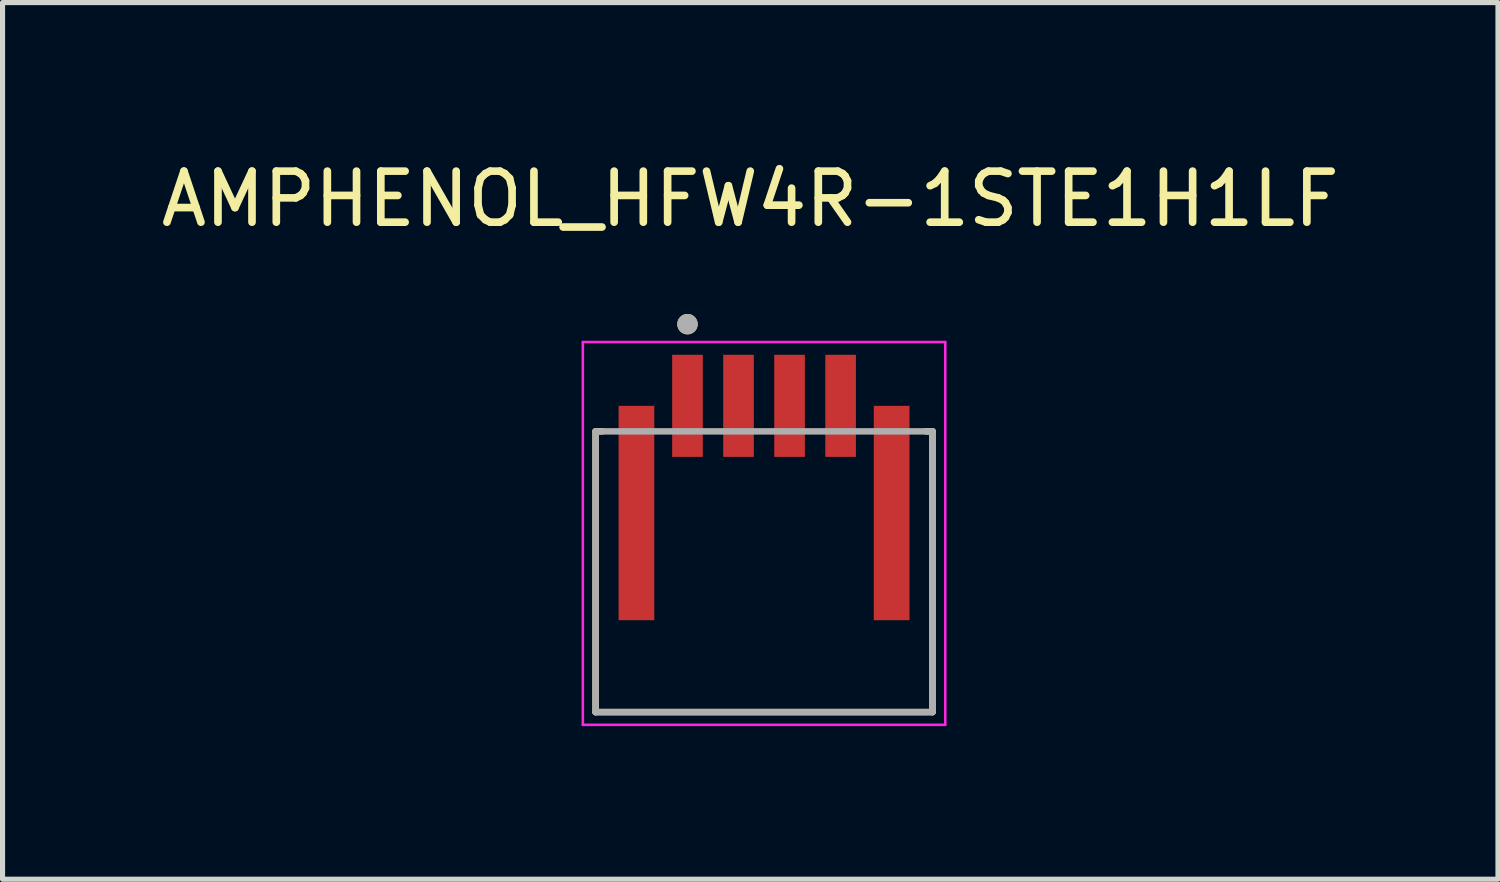
<source format=kicad_pcb>
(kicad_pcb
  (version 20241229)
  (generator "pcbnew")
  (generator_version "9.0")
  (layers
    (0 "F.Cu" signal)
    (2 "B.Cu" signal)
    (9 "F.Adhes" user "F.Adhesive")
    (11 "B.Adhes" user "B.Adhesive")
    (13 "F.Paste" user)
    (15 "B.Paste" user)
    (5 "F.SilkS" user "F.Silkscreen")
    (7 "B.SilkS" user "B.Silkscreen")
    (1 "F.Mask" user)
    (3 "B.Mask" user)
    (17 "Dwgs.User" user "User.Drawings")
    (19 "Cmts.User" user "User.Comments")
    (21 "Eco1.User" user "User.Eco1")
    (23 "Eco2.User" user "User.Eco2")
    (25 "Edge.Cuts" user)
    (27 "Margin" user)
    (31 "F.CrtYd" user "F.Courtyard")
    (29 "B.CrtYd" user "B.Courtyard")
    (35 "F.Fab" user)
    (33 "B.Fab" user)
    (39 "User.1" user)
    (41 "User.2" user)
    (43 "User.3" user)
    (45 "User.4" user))
  (footprint "AMPHENOL_HFW4R-1STE1H1LF"
    (layer "F.Cu")
    (at 11.919 8.151)
    (property "Reference" "AMPHENOL_HFW4R-1STE1H1LF" (at -0.27 -7.303 0) (layer "F.SilkS") (effects (font (size 1 1) (thickness 0.15))))
    (attr smd)
    (fp_line (start -3.3 -2.75) (end -3.17 -2.75) (stroke (width 0.127) (type solid)) (layer "F.SilkS"))
    (fp_line (start -3.3 2.75) (end -3.3 -2.75) (stroke (width 0.127) (type solid)) (layer "F.SilkS"))
    (fp_line (start 3.17 -2.75) (end 3.3 -2.75) (stroke (width 0.127) (type solid)) (layer "F.SilkS"))
    (fp_line (start 3.3 -2.75) (end 3.3 2.75) (stroke (width 0.127) (type solid)) (layer "F.SilkS"))
    (fp_line (start 3.3 2.75) (end -3.3 2.75) (stroke (width 0.127) (type solid)) (layer "F.SilkS"))
    (fp_circle (center -1.5 -4.85) (end -1.4 -4.85) (stroke (width 0.2) (type solid)) (fill no) (layer "F.SilkS"))
    (fp_line (start -3.55 -4.5) (end -3.55 3) (stroke (width 0.05) (type solid)) (layer "F.CrtYd"))
    (fp_line (start -3.55 3) (end 3.55 3) (stroke (width 0.05) (type solid)) (layer "F.CrtYd"))
    (fp_line (start 3.55 -4.5) (end -3.55 -4.5) (stroke (width 0.05) (type solid)) (layer "F.CrtYd"))
    (fp_line (start 3.55 3) (end 3.55 -4.5) (stroke (width 0.05) (type solid)) (layer "F.CrtYd"))
    (fp_line (start -3.3 -2.75) (end 3.3 -2.75) (stroke (width 0.127) (type solid)) (layer "F.Fab"))
    (fp_line (start -3.3 2.75) (end -3.3 -2.75) (stroke (width 0.127) (type solid)) (layer "F.Fab"))
    (fp_line (start 3.3 -2.75) (end 3.3 2.75) (stroke (width 0.127) (type solid)) (layer "F.Fab"))
    (fp_line (start 3.3 2.75) (end -3.3 2.75) (stroke (width 0.127) (type solid)) (layer "F.Fab"))
    (fp_circle (center -1.5 -4.85) (end -1.4 -4.85) (stroke (width 0.2) (type solid)) (fill no) (layer "F.Fab"))
    (pad "1" smd rect (at -1.5 -3.25) (size 0.6 2) (layers "F.Cu" "F.Mask" "F.Paste"))
    (pad "2" smd rect (at -0.5 -3.25) (size 0.6 2) (layers "F.Cu" "F.Mask" "F.Paste"))
    (pad "3" smd rect (at 0.5 -3.25) (size 0.6 2) (layers "F.Cu" "F.Mask" "F.Paste"))
    (pad "4" smd rect (at 1.5 -3.25) (size 0.6 2) (layers "F.Cu" "F.Mask" "F.Paste"))
    (pad "SH1" smd rect (at -2.5 -1.15) (size 0.7 4.2) (layers "F.Cu" "F.Mask" "F.Paste"))
    (pad "SH2" smd rect (at 2.5 -1.15) (size 0.7 4.2) (layers "F.Cu" "F.Mask" "F.Paste")))
  (gr_rect
    (start -3 -3)
    (end 26.298 14.176)
    (stroke (width 0.1) (type default))
    (fill no)
    (layer "Edge.Cuts")))
</source>
